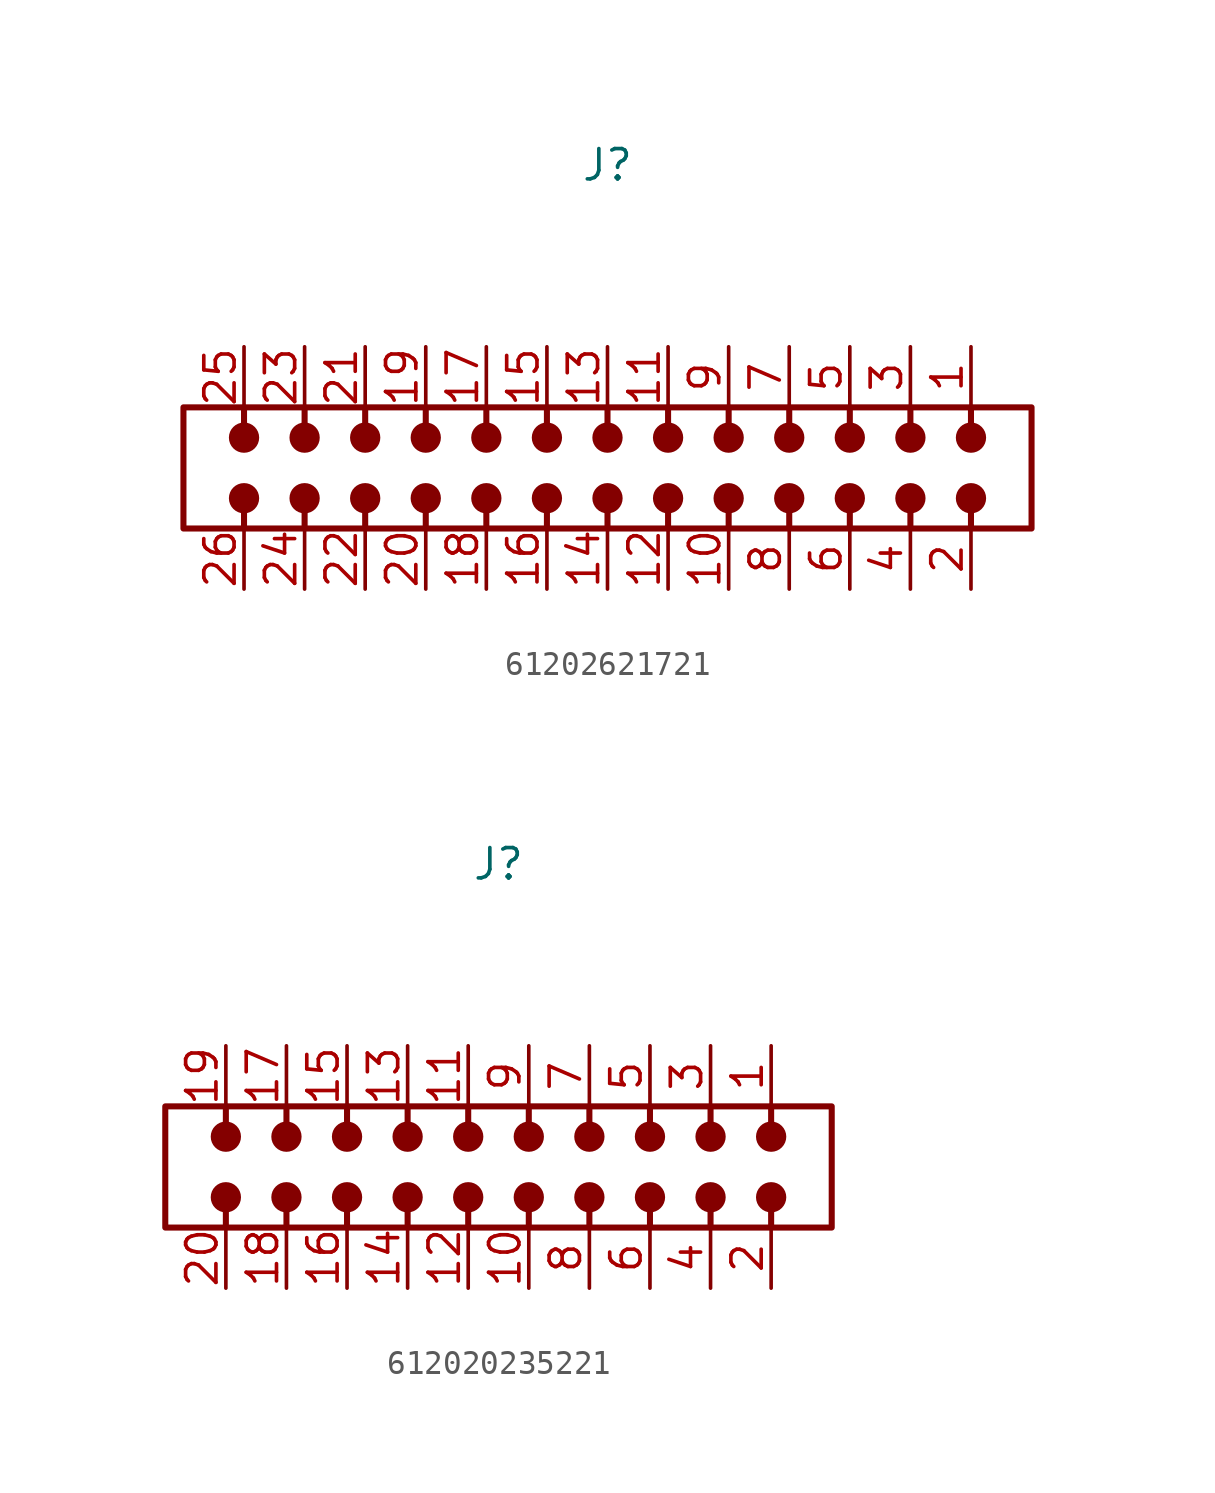
<source format=kicad_sym>
(kicad_symbol_lib
  (version 20241209)
  (generator "kicad_symbol_editor")
  (generator_version "9.0")
  (symbol "61202621721"
    (pin_names
      (hide yes))
    (property "Reference" "J"
      (at 0 12.7 0)
      (effects (font (size 1.27 1.27))))
    (symbol "61202621721_1_1"
      (polyline (pts (xy -15.24 1.778) (xy -15.24 2.54)) (stroke (width 0.254) (type solid)) (fill (type none)))
      (circle (center -15.24 1.27) (radius 0.508) (stroke (width 0.254) (type solid)) (fill (type outline)))
      (circle (center -15.24 -1.27) (radius 0.508) (stroke (width 0.254) (type solid)) (fill (type outline)))
      (polyline (pts (xy -15.24 -1.778) (xy -15.24 -2.54)) (stroke (width 0.254) (type solid)) (fill (type none)))
      (polyline (pts (xy -12.7 1.778) (xy -12.7 2.54)) (stroke (width 0.254) (type solid)) (fill (type none)))
      (circle (center -12.7 1.27) (radius 0.508) (stroke (width 0.254) (type solid)) (fill (type outline)))
      (circle (center -12.7 -1.27) (radius 0.508) (stroke (width 0.254) (type solid)) (fill (type outline)))
      (polyline (pts (xy -12.7 -1.778) (xy -12.7 -2.54)) (stroke (width 0.254) (type solid)) (fill (type none)))
      (polyline (pts (xy -10.16 1.778) (xy -10.16 2.54)) (stroke (width 0.254) (type solid)) (fill (type none)))
      (circle (center -10.16 1.27) (radius 0.508) (stroke (width 0.254) (type solid)) (fill (type outline)))
      (circle (center -10.16 -1.27) (radius 0.508) (stroke (width 0.254) (type solid)) (fill (type outline)))
      (polyline (pts (xy -10.16 -1.778) (xy -10.16 -2.54)) (stroke (width 0.254) (type solid)) (fill (type none)))
      (polyline (pts (xy -7.62 1.778) (xy -7.62 2.54)) (stroke (width 0.254) (type solid)) (fill (type none)))
      (circle (center -7.62 1.27) (radius 0.508) (stroke (width 0.254) (type solid)) (fill (type outline)))
      (circle (center -7.62 -1.27) (radius 0.508) (stroke (width 0.254) (type solid)) (fill (type outline)))
      (polyline (pts (xy -7.62 -1.778) (xy -7.62 -2.54)) (stroke (width 0.254) (type solid)) (fill (type none)))
      (polyline (pts (xy -5.08 1.778) (xy -5.08 2.54)) (stroke (width 0.254) (type solid)) (fill (type none)))
      (circle (center -5.08 1.27) (radius 0.508) (stroke (width 0.254) (type solid)) (fill (type outline)))
      (circle (center -5.08 -1.27) (radius 0.508) (stroke (width 0.254) (type solid)) (fill (type outline)))
      (polyline (pts (xy -5.08 -1.778) (xy -5.08 -2.54)) (stroke (width 0.254) (type solid)) (fill (type none)))
      (polyline (pts (xy -2.54 1.778) (xy -2.54 2.54)) (stroke (width 0.254) (type solid)) (fill (type none)))
      (circle (center -2.54 1.27) (radius 0.508) (stroke (width 0.254) (type solid)) (fill (type outline)))
      (circle (center -2.54 -1.27) (radius 0.508) (stroke (width 0.254) (type solid)) (fill (type outline)))
      (polyline (pts (xy -2.54 -1.778) (xy -2.54 -2.54)) (stroke (width 0.254) (type solid)) (fill (type none)))
      (polyline (pts (xy 0 1.778) (xy 0 2.54)) (stroke (width 0.254) (type solid)) (fill (type none)))
      (circle (center 0 1.27) (radius 0.508) (stroke (width 0.254) (type solid)) (fill (type outline)))
      (circle (center 0 -1.27) (radius 0.508) (stroke (width 0.254) (type solid)) (fill (type outline)))
      (polyline (pts (xy 0 -1.778) (xy 0 -2.54)) (stroke (width 0.254) (type solid)) (fill (type none)))
      (polyline (pts (xy 2.54 1.778) (xy 2.54 2.54)) (stroke (width 0.254) (type solid)) (fill (type none)))
      (circle (center 2.54 1.27) (radius 0.508) (stroke (width 0.254) (type solid)) (fill (type outline)))
      (circle (center 2.54 -1.27) (radius 0.508) (stroke (width 0.254) (type solid)) (fill (type outline)))
      (polyline (pts (xy 2.54 -1.778) (xy 2.54 -2.54)) (stroke (width 0.254) (type solid)) (fill (type none)))
      (polyline (pts (xy 5.08 1.778) (xy 5.08 2.54)) (stroke (width 0.254) (type solid)) (fill (type none)))
      (circle (center 5.08 1.27) (radius 0.508) (stroke (width 0.254) (type solid)) (fill (type outline)))
      (circle (center 5.08 -1.27) (radius 0.508) (stroke (width 0.254) (type solid)) (fill (type outline)))
      (polyline (pts (xy 5.08 -1.778) (xy 5.08 -2.54)) (stroke (width 0.254) (type solid)) (fill (type none)))
      (polyline (pts (xy 7.62 1.778) (xy 7.62 2.54)) (stroke (width 0.254) (type solid)) (fill (type none)))
      (circle (center 7.62 1.27) (radius 0.508) (stroke (width 0.254) (type solid)) (fill (type outline)))
      (circle (center 7.62 -1.27) (radius 0.508) (stroke (width 0.254) (type solid)) (fill (type outline)))
      (polyline (pts (xy 7.62 -1.778) (xy 7.62 -2.54)) (stroke (width 0.254) (type solid)) (fill (type none)))
      (polyline (pts (xy 10.16 1.778) (xy 10.16 2.54)) (stroke (width 0.254) (type solid)) (fill (type none)))
      (circle (center 10.16 1.27) (radius 0.508) (stroke (width 0.254) (type solid)) (fill (type outline)))
      (circle (center 10.16 -1.27) (radius 0.508) (stroke (width 0.254) (type solid)) (fill (type outline)))
      (polyline (pts (xy 10.16 -1.778) (xy 10.16 -2.54)) (stroke (width 0.254) (type solid)) (fill (type none)))
      (polyline (pts (xy 12.7 1.778) (xy 12.7 2.54)) (stroke (width 0.254) (type solid)) (fill (type none)))
      (circle (center 12.7 1.27) (radius 0.508) (stroke (width 0.254) (type solid)) (fill (type outline)))
      (circle (center 12.7 -1.27) (radius 0.508) (stroke (width 0.254) (type solid)) (fill (type outline)))
      (polyline (pts (xy 12.7 -1.778) (xy 12.7 -2.54)) (stroke (width 0.254) (type solid)) (fill (type none)))
      (polyline (pts (xy 15.24 1.778) (xy 15.24 2.54)) (stroke (width 0.254) (type solid)) (fill (type none)))
      (circle (center 15.24 1.27) (radius 0.508) (stroke (width 0.254) (type solid)) (fill (type outline)))
      (circle (center 15.24 -1.27) (radius 0.508) (stroke (width 0.254) (type solid)) (fill (type outline)))
      (polyline (pts (xy 15.24 -1.778) (xy 15.24 -2.54)) (stroke (width 0.254) (type solid)) (fill (type none)))
      (rectangle (start 17.78 -2.54) (end -17.78 2.54) (stroke (width 0.254) (type solid)) (fill (type none)))
      (pin passive line (at -15.24 5.08 270) (length 2.54) (name "25" (effects (font (size 1.27 1.27)))) (number "25" (effects (font (size 1.27 1.27)))))
      (pin passive line (at -15.24 -5.08 90) (length 2.54) (name "26" (effects (font (size 1.27 1.27)))) (number "26" (effects (font (size 1.27 1.27)))))
      (pin passive line (at -12.7 5.08 270) (length 2.54) (name "23" (effects (font (size 1.27 1.27)))) (number "23" (effects (font (size 1.27 1.27)))))
      (pin passive line (at -12.7 -5.08 90) (length 2.54) (name "24" (effects (font (size 1.27 1.27)))) (number "24" (effects (font (size 1.27 1.27)))))
      (pin passive line (at -10.16 5.08 270) (length 2.54) (name "21" (effects (font (size 1.27 1.27)))) (number "21" (effects (font (size 1.27 1.27)))))
      (pin passive line (at -10.16 -5.08 90) (length 2.54) (name "22" (effects (font (size 1.27 1.27)))) (number "22" (effects (font (size 1.27 1.27)))))
      (pin passive line (at -7.62 5.08 270) (length 2.54) (name "19" (effects (font (size 1.27 1.27)))) (number "19" (effects (font (size 1.27 1.27)))))
      (pin passive line (at -7.62 -5.08 90) (length 2.54) (name "20" (effects (font (size 1.27 1.27)))) (number "20" (effects (font (size 1.27 1.27)))))
      (pin passive line (at -5.08 5.08 270) (length 2.54) (name "17" (effects (font (size 1.27 1.27)))) (number "17" (effects (font (size 1.27 1.27)))))
      (pin passive line (at -5.08 -5.08 90) (length 2.54) (name "18" (effects (font (size 1.27 1.27)))) (number "18" (effects (font (size 1.27 1.27)))))
      (pin passive line (at -2.54 5.08 270) (length 2.54) (name "15" (effects (font (size 1.27 1.27)))) (number "15" (effects (font (size 1.27 1.27)))))
      (pin passive line (at -2.54 -5.08 90) (length 2.54) (name "16" (effects (font (size 1.27 1.27)))) (number "16" (effects (font (size 1.27 1.27)))))
      (pin passive line (at 0 5.08 270) (length 2.54) (name "13" (effects (font (size 1.27 1.27)))) (number "13" (effects (font (size 1.27 1.27)))))
      (pin passive line (at 0 -5.08 90) (length 2.54) (name "14" (effects (font (size 1.27 1.27)))) (number "14" (effects (font (size 1.27 1.27)))))
      (pin passive line (at 2.54 5.08 270) (length 2.54) (name "11" (effects (font (size 1.27 1.27)))) (number "11" (effects (font (size 1.27 1.27)))))
      (pin passive line (at 2.54 -5.08 90) (length 2.54) (name "12" (effects (font (size 1.27 1.27)))) (number "12" (effects (font (size 1.27 1.27)))))
      (pin passive line (at 5.08 5.08 270) (length 2.54) (name "9" (effects (font (size 1.27 1.27)))) (number "9" (effects (font (size 1.27 1.27)))))
      (pin passive line (at 5.08 -5.08 90) (length 2.54) (name "10" (effects (font (size 1.27 1.27)))) (number "10" (effects (font (size 1.27 1.27)))))
      (pin passive line (at 7.62 5.08 270) (length 2.54) (name "7" (effects (font (size 1.27 1.27)))) (number "7" (effects (font (size 1.27 1.27)))))
      (pin passive line (at 7.62 -5.08 90) (length 2.54) (name "8" (effects (font (size 1.27 1.27)))) (number "8" (effects (font (size 1.27 1.27)))))
      (pin passive line (at 10.16 5.08 270) (length 2.54) (name "5" (effects (font (size 1.27 1.27)))) (number "5" (effects (font (size 1.27 1.27)))))
      (pin passive line (at 10.16 -5.08 90) (length 2.54) (name "6" (effects (font (size 1.27 1.27)))) (number "6" (effects (font (size 1.27 1.27)))))
      (pin passive line (at 12.7 5.08 270) (length 2.54) (name "3" (effects (font (size 1.27 1.27)))) (number "3" (effects (font (size 1.27 1.27)))))
      (pin passive line (at 12.7 -5.08 90) (length 2.54) (name "4" (effects (font (size 1.27 1.27)))) (number "4" (effects (font (size 1.27 1.27)))))
      (pin passive line (at 15.24 5.08 270) (length 2.54) (name "1" (effects (font (size 1.27 1.27)))) (number "1" (effects (font (size 1.27 1.27)))))
      (pin passive line (at 15.24 -5.08 90) (length 2.54) (name "2" (effects (font (size 1.27 1.27)))) (number "2" (effects (font (size 1.27 1.27)))))))
  (symbol "612020235221"
    (pin_names
      (hide yes))
    (property "Reference" "J"
      (at 0 12.7 0)
      (effects (font (size 1.27 1.27))))
    (symbol "612020235221_1_1"
      (rectangle (start -13.97 2.54) (end 13.97 -2.54) (stroke (width 0.254) (type solid)) (fill (type none)))
      (polyline (pts (xy -11.43 1.778) (xy -11.43 2.54)) (stroke (width 0.254) (type solid)) (fill (type none)))
      (circle (center -11.43 1.27) (radius 0.508) (stroke (width 0.254) (type solid)) (fill (type outline)))
      (circle (center -11.43 -1.27) (radius 0.508) (stroke (width 0.254) (type solid)) (fill (type outline)))
      (polyline (pts (xy -11.43 -1.778) (xy -11.43 -2.54)) (stroke (width 0.254) (type solid)) (fill (type none)))
      (polyline (pts (xy -8.89 1.778) (xy -8.89 2.54)) (stroke (width 0.254) (type solid)) (fill (type none)))
      (circle (center -8.89 1.27) (radius 0.508) (stroke (width 0.254) (type solid)) (fill (type outline)))
      (circle (center -8.89 -1.27) (radius 0.508) (stroke (width 0.254) (type solid)) (fill (type outline)))
      (polyline (pts (xy -8.89 -1.778) (xy -8.89 -2.54)) (stroke (width 0.254) (type solid)) (fill (type none)))
      (polyline (pts (xy -6.35 1.778) (xy -6.35 2.54)) (stroke (width 0.254) (type solid)) (fill (type none)))
      (circle (center -6.35 1.27) (radius 0.508) (stroke (width 0.254) (type solid)) (fill (type outline)))
      (circle (center -6.35 -1.27) (radius 0.508) (stroke (width 0.254) (type solid)) (fill (type outline)))
      (polyline (pts (xy -6.35 -1.778) (xy -6.35 -2.54)) (stroke (width 0.254) (type solid)) (fill (type none)))
      (polyline (pts (xy -3.81 1.778) (xy -3.81 2.54)) (stroke (width 0.254) (type solid)) (fill (type none)))
      (circle (center -3.81 1.27) (radius 0.508) (stroke (width 0.254) (type solid)) (fill (type outline)))
      (circle (center -3.81 -1.27) (radius 0.508) (stroke (width 0.254) (type solid)) (fill (type outline)))
      (polyline (pts (xy -3.81 -1.778) (xy -3.81 -2.54)) (stroke (width 0.254) (type solid)) (fill (type none)))
      (polyline (pts (xy -1.27 1.778) (xy -1.27 2.54)) (stroke (width 0.254) (type solid)) (fill (type none)))
      (circle (center -1.27 1.27) (radius 0.508) (stroke (width 0.254) (type solid)) (fill (type outline)))
      (circle (center -1.27 -1.27) (radius 0.508) (stroke (width 0.254) (type solid)) (fill (type outline)))
      (polyline (pts (xy -1.27 -1.778) (xy -1.27 -2.54)) (stroke (width 0.254) (type solid)) (fill (type none)))
      (polyline (pts (xy 1.27 1.778) (xy 1.27 2.54)) (stroke (width 0.254) (type solid)) (fill (type none)))
      (circle (center 1.27 1.27) (radius 0.508) (stroke (width 0.254) (type solid)) (fill (type outline)))
      (circle (center 1.27 -1.27) (radius 0.508) (stroke (width 0.254) (type solid)) (fill (type outline)))
      (polyline (pts (xy 1.27 -1.778) (xy 1.27 -2.54)) (stroke (width 0.254) (type solid)) (fill (type none)))
      (polyline (pts (xy 3.81 1.778) (xy 3.81 2.54)) (stroke (width 0.254) (type solid)) (fill (type none)))
      (circle (center 3.81 1.27) (radius 0.508) (stroke (width 0.254) (type solid)) (fill (type outline)))
      (circle (center 3.81 -1.27) (radius 0.508) (stroke (width 0.254) (type solid)) (fill (type outline)))
      (polyline (pts (xy 3.81 -1.778) (xy 3.81 -2.54)) (stroke (width 0.254) (type solid)) (fill (type none)))
      (polyline (pts (xy 6.35 1.778) (xy 6.35 2.54)) (stroke (width 0.254) (type solid)) (fill (type none)))
      (circle (center 6.35 1.27) (radius 0.508) (stroke (width 0.254) (type solid)) (fill (type outline)))
      (circle (center 6.35 -1.27) (radius 0.508) (stroke (width 0.254) (type solid)) (fill (type outline)))
      (polyline (pts (xy 6.35 -1.778) (xy 6.35 -2.54)) (stroke (width 0.254) (type solid)) (fill (type none)))
      (polyline (pts (xy 8.89 1.778) (xy 8.89 2.54)) (stroke (width 0.254) (type solid)) (fill (type none)))
      (circle (center 8.89 1.27) (radius 0.508) (stroke (width 0.254) (type solid)) (fill (type outline)))
      (circle (center 8.89 -1.27) (radius 0.508) (stroke (width 0.254) (type solid)) (fill (type outline)))
      (polyline (pts (xy 8.89 -1.778) (xy 8.89 -2.54)) (stroke (width 0.254) (type solid)) (fill (type none)))
      (polyline (pts (xy 11.43 1.778) (xy 11.43 2.54)) (stroke (width 0.254) (type solid)) (fill (type none)))
      (circle (center 11.43 1.27) (radius 0.508) (stroke (width 0.254) (type solid)) (fill (type outline)))
      (circle (center 11.43 -1.27) (radius 0.508) (stroke (width 0.254) (type solid)) (fill (type outline)))
      (polyline (pts (xy 11.43 -1.778) (xy 11.43 -2.54)) (stroke (width 0.254) (type solid)) (fill (type none)))
      (pin passive line (at -11.43 5.08 270) (length 2.54) (name "19" (effects (font (size 1.27 1.27)))) (number "19" (effects (font (size 1.27 1.27)))))
      (pin passive line (at -11.43 -5.08 90) (length 2.54) (name "20" (effects (font (size 1.27 1.27)))) (number "20" (effects (font (size 1.27 1.27)))))
      (pin passive line (at -8.89 5.08 270) (length 2.54) (name "17" (effects (font (size 1.27 1.27)))) (number "17" (effects (font (size 1.27 1.27)))))
      (pin passive line (at -8.89 -5.08 90) (length 2.54) (name "18" (effects (font (size 1.27 1.27)))) (number "18" (effects (font (size 1.27 1.27)))))
      (pin passive line (at -6.35 5.08 270) (length 2.54) (name "15" (effects (font (size 1.27 1.27)))) (number "15" (effects (font (size 1.27 1.27)))))
      (pin passive line (at -6.35 -5.08 90) (length 2.54) (name "16" (effects (font (size 1.27 1.27)))) (number "16" (effects (font (size 1.27 1.27)))))
      (pin passive line (at -3.81 5.08 270) (length 2.54) (name "13" (effects (font (size 1.27 1.27)))) (number "13" (effects (font (size 1.27 1.27)))))
      (pin passive line (at -3.81 -5.08 90) (length 2.54) (name "14" (effects (font (size 1.27 1.27)))) (number "14" (effects (font (size 1.27 1.27)))))
      (pin passive line (at -1.27 5.08 270) (length 2.54) (name "11" (effects (font (size 1.27 1.27)))) (number "11" (effects (font (size 1.27 1.27)))))
      (pin passive line (at -1.27 -5.08 90) (length 2.54) (name "12" (effects (font (size 1.27 1.27)))) (number "12" (effects (font (size 1.27 1.27)))))
      (pin passive line (at 1.27 5.08 270) (length 2.54) (name "9" (effects (font (size 1.27 1.27)))) (number "9" (effects (font (size 1.27 1.27)))))
      (pin passive line (at 1.27 -5.08 90) (length 2.54) (name "10" (effects (font (size 1.27 1.27)))) (number "10" (effects (font (size 1.27 1.27)))))
      (pin passive line (at 3.81 5.08 270) (length 2.54) (name "7" (effects (font (size 1.27 1.27)))) (number "7" (effects (font (size 1.27 1.27)))))
      (pin passive line (at 3.81 -5.08 90) (length 2.54) (name "8" (effects (font (size 1.27 1.27)))) (number "8" (effects (font (size 1.27 1.27)))))
      (pin passive line (at 6.35 5.08 270) (length 2.54) (name "5" (effects (font (size 1.27 1.27)))) (number "5" (effects (font (size 1.27 1.27)))))
      (pin passive line (at 6.35 -5.08 90) (length 2.54) (name "6" (effects (font (size 1.27 1.27)))) (number "6" (effects (font (size 1.27 1.27)))))
      (pin passive line (at 8.89 5.08 270) (length 2.54) (name "3" (effects (font (size 1.27 1.27)))) (number "3" (effects (font (size 1.27 1.27)))))
      (pin passive line (at 8.89 -5.08 90) (length 2.54) (name "4" (effects (font (size 1.27 1.27)))) (number "4" (effects (font (size 1.27 1.27)))))
      (pin passive line (at 11.43 5.08 270) (length 2.54) (name "1" (effects (font (size 1.27 1.27)))) (number "1" (effects (font (size 1.27 1.27)))))
      (pin passive line (at 11.43 -5.08 90) (length 2.54) (name "2" (effects (font (size 1.27 1.27)))) (number "2" (effects (font (size 1.27 1.27))))))))
</source>
